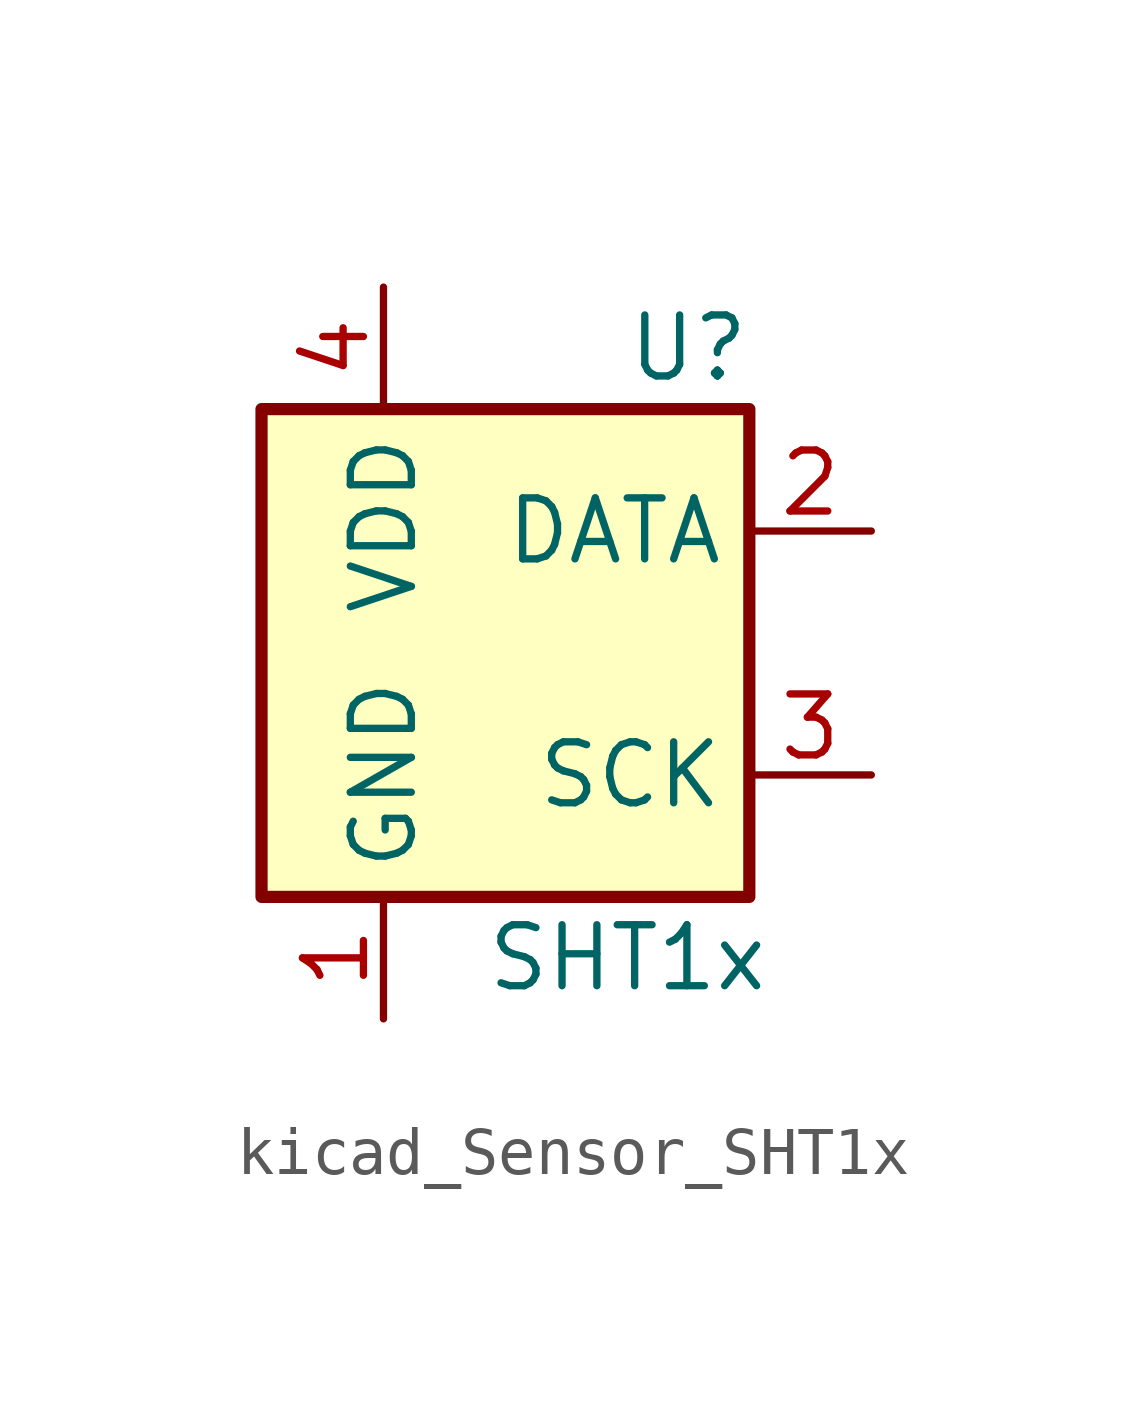
<source format=kicad_sym>
(kicad_symbol_lib
  (version 20220914)
  (generator kicad_symbol_editor)
  (symbol "kicad_Sensor_SHT1x"
    (property "Reference" "U"
      (at 3.81 6.35 0)
      (effects (font (size 1.27 1.27))))
    (property "Value" "SHT1x"
      (at 2.54 -6.35 0)
      (effects (font (size 1.27 1.27))))
    (symbol "kicad_Sensor_SHT1x_0_1"
      (rectangle (start -5.08 5.08) (end 5.08 -5.08) (stroke (width 0.254) (type default)) (fill (type background))))
    (symbol "kicad_Sensor_SHT1x_1_1"
      (pin power_in line (at -2.54 -7.62 90) (length 2.54) (name "GND" (effects (font (size 1.27 1.27)))) (number "1" (effects (font (size 1.27 1.27)))))
      (pin bidirectional line (at 7.62 2.54 180) (length 2.54) (name "DATA" (effects (font (size 1.27 1.27)))) (number "2" (effects (font (size 1.27 1.27)))))
      (pin input line (at 7.62 -2.54 180) (length 2.54) (name "SCK" (effects (font (size 1.27 1.27)))) (number "3" (effects (font (size 1.27 1.27)))))
      (pin power_in line (at -2.54 7.62 270) (length 2.54) (name "VDD" (effects (font (size 1.27 1.27)))) (number "4" (effects (font (size 1.27 1.27))))))))
</source>
